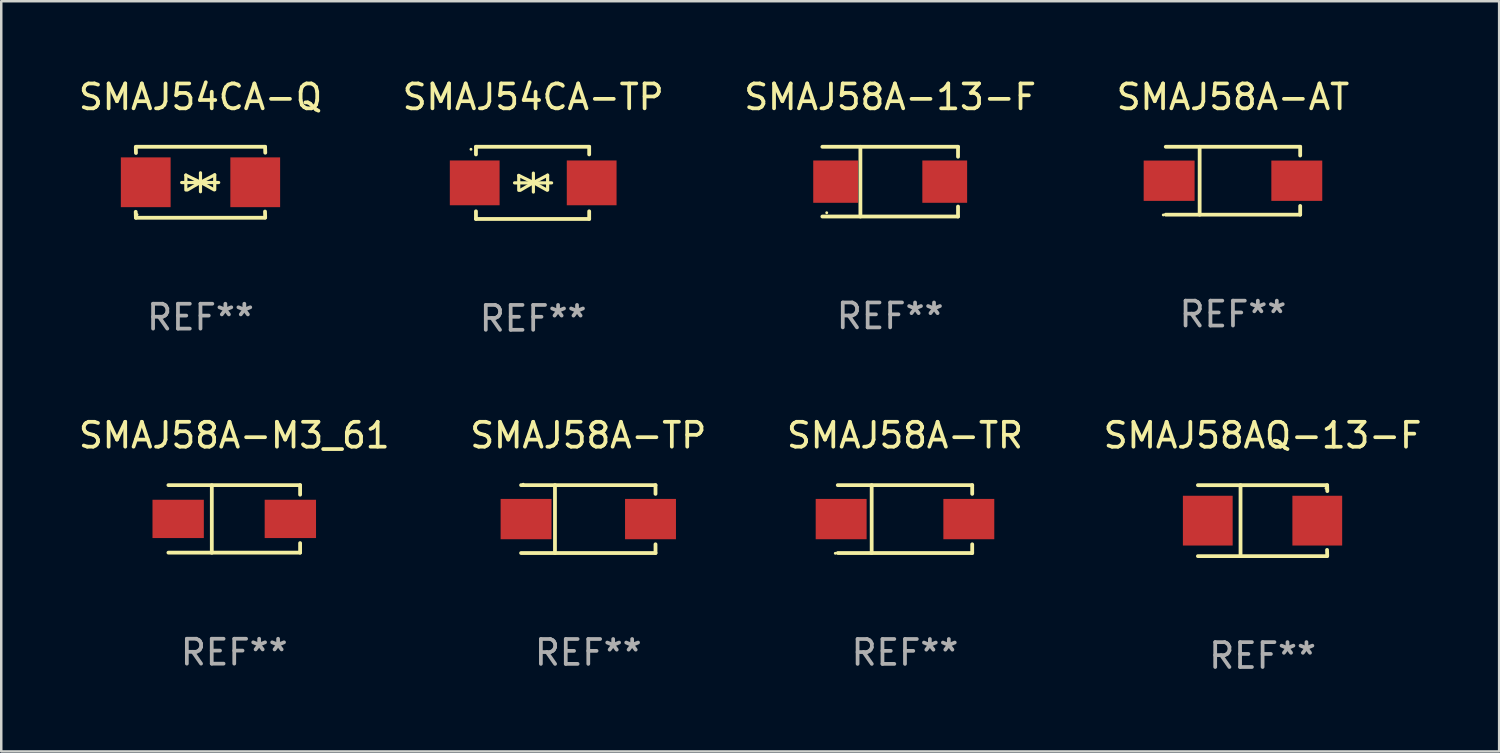
<source format=kicad_pcb>
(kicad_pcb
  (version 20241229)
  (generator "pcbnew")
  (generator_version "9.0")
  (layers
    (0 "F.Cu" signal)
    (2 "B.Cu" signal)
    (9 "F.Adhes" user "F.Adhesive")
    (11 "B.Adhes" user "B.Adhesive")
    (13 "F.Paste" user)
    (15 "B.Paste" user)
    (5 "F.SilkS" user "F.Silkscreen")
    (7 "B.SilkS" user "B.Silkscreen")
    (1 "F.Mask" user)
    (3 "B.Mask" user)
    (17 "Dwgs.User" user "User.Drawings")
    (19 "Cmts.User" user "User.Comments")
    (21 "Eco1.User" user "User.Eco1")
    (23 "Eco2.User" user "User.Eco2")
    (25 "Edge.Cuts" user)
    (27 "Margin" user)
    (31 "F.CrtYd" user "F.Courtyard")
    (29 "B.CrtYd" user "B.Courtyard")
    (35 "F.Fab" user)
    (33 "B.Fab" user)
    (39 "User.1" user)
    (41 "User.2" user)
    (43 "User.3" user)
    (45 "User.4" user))
  (footprint "SMAJ58AQ-13-F"
    (layer "F.Cu")
    (at 47.685 17.871)
    (property "Reference" "SMAJ58AQ-13-F" (at 0 -3.426 0) (layer "F.SilkS") (effects (font (size 1 1) (thickness 0.15))))
    (attr through_hole)
    (fp_line (start -2.6 -1.426) (end 2.593 -1.426) (stroke (width 0.152) (type solid)) (layer "F.SilkS"))
    (fp_line (start -2.6 1.426) (end 2.593 1.426) (stroke (width 0.152) (type solid)) (layer "F.SilkS"))
    (fp_line (start -0.887 -1.426) (end -0.887 1.426) (stroke (width 0.152) (type solid)) (layer "F.SilkS"))
    (fp_line (start 2.59 1.176) (end 2.597 1.415) (stroke (width 0.152) (type solid)) (layer "F.SilkS"))
    (fp_line (start 2.593 -1.426) (end 2.6 -1.187) (stroke (width 0.152) (type solid)) (layer "F.SilkS"))
    (fp_circle (center 2.547 -1.3) (end 2.577 -1.3) (stroke (width 0.06) (type solid)) (fill no) (layer "F.SilkS"))
    (fp_text user "REF**" (at 0 5.426 0) (layer "F.Fab") (effects (font (size 1 1) (thickness 0.15))))
    (pad "1" smd rect (at 2.197 -0.000025 180) (size 2 2) (layers "F.Cu" "F.Mask" "F.Paste"))
    (pad "2" smd rect (at -2.203 -0.000025 180) (size 2 2) (layers "F.Cu" "F.Mask" "F.Paste")))
  (footprint "SMAJ58A-M3_61"
    (layer "F.Cu")
    (at 6.363 17.803)
    (property "Reference" "SMAJ58A-M3_61" (at 0 -3.359 0) (layer "F.SilkS") (effects (font (size 1 1) (thickness 0.15))))
    (attr through_hole)
    (fp_line (start -2.646 -1.359) (end 2.646 -1.359) (stroke (width 0.152) (type solid)) (layer "F.SilkS"))
    (fp_line (start -2.646 1.354) (end 2.646 1.354) (stroke (width 0.152) (type solid)) (layer "F.SilkS"))
    (fp_line (start -0.902 -1.354) (end -0.902 1.359) (stroke (width 0.152) (type solid)) (layer "F.SilkS"))
    (fp_line (start 2.646 -1.359) (end 2.646 -0.975) (stroke (width 0.152) (type solid)) (layer "F.SilkS"))
    (fp_line (start 2.646 1.354) (end 2.646 0.97) (stroke (width 0.152) (type solid)) (layer "F.SilkS"))
    (fp_circle (center 2.55 -1.352) (end 2.58 -1.352) (stroke (width 0.06) (type solid)) (fill no) (layer "F.SilkS"))
    (fp_text user "REF**" (at 0 5.359 0) (layer "F.Fab") (effects (font (size 1 1) (thickness 0.15))))
    (pad "1" smd rect (at 2.254 -0.002) (size 2.063 1.539) (layers "F.Cu" "F.Mask" "F.Paste"))
    (pad "2" smd rect (at -2.254 -0.002) (size 2.063 1.539) (layers "F.Cu" "F.Mask" "F.Paste")))
  (footprint "SMAJ54CA-Q"
    (layer "F.Cu")
    (at 5.006 4.274)
    (property "Reference" "SMAJ54CA-Q" (at 0 -3.426 0) (layer "F.SilkS") (effects (font (size 1 1) (thickness 0.15))))
    (attr through_hole)
    (fp_line (start -2.596 -1.426) (end 2.596 -1.426) (stroke (width 0.152) (type solid)) (layer "F.SilkS"))
    (fp_line (start -2.596 1.426) (end -2.603 1.187) (stroke (width 0.152) (type solid)) (layer "F.SilkS"))
    (fp_line (start -2.596 1.426) (end 2.596 1.426) (stroke (width 0.152) (type solid)) (layer "F.SilkS"))
    (fp_line (start -2.593 -1.176) (end -2.6 -1.415) (stroke (width 0.152) (type solid)) (layer "F.SilkS"))
    (fp_line (start -0.758 0.011) (end 0.732 0.011) (stroke (width 0.127) (type solid)) (layer "F.SilkS"))
    (fp_line (start -0.588 -0.289) (end -0.588 0.311) (stroke (width 0.127) (type solid)) (layer "F.SilkS"))
    (fp_line (start -0.588 -0.289) (end 0 0) (stroke (width 0.127) (type solid)) (layer "F.SilkS"))
    (fp_line (start -0.528 0.311) (end 0 0) (stroke (width 0.127) (type solid)) (layer "F.SilkS"))
    (fp_line (start 0 0) (end 0 -0.381) (stroke (width 0.127) (type solid)) (layer "F.SilkS"))
    (fp_line (start 0 0) (end 0 0.381) (stroke (width 0.127) (type solid)) (layer "F.SilkS"))
    (fp_line (start 0.542 0.301) (end 0 0) (stroke (width 0.127) (type solid)) (layer "F.SilkS"))
    (fp_line (start 0.572 -0.299) (end 0 0) (stroke (width 0.127) (type solid)) (layer "F.SilkS"))
    (fp_line (start 0.572 -0.299) (end 0.572 0.301) (stroke (width 0.127) (type solid)) (layer "F.SilkS"))
    (fp_line (start 2.593 1.176) (end 2.6 1.415) (stroke (width 0.152) (type solid)) (layer "F.SilkS"))
    (fp_line (start 2.596 -1.426) (end 2.603 -1.187) (stroke (width 0.152) (type solid)) (layer "F.SilkS"))
    (fp_circle (center -2.55 1.3) (end -2.52 1.3) (stroke (width 0.06) (type solid)) (fill no) (layer "F.SilkS"))
    (fp_text user "REF**" (at 0 5.426 0) (layer "F.Fab") (effects (font (size 1 1) (thickness 0.15))))
    (pad "1" smd rect (at -2.2 0 180) (size 2 2) (layers "F.Cu" "F.Mask" "F.Paste"))
    (pad "2" smd rect (at 2.2 0 180) (size 2 2) (layers "F.Cu" "F.Mask" "F.Paste")))
  (footprint "SMAJ58A-AT"
    (layer "F.Cu")
    (at 46.494 4.212)
    (property "Reference" "SMAJ58A-AT" (at 0 -3.364 0) (layer "F.SilkS") (effects (font (size 1 1) (thickness 0.15))))
    (attr through_hole)
    (fp_line (start -2.701 -1.364) (end 2.701 -1.364) (stroke (width 0.152) (type solid)) (layer "F.SilkS"))
    (fp_line (start -2.701 1.364) (end 2.701 1.364) (stroke (width 0.152) (type solid)) (layer "F.SilkS"))
    (fp_line (start -1.339 -1.364) (end -1.339 1.364) (stroke (width 0.152) (type solid)) (layer "F.SilkS"))
    (fp_line (start 2.701 -1.364) (end 2.701 -1.013) (stroke (width 0.152) (type solid)) (layer "F.SilkS"))
    (fp_line (start 2.701 1.364) (end 2.701 1.013) (stroke (width 0.152) (type solid)) (layer "F.SilkS"))
    (fp_circle (center -2.8 1.375) (end -2.77 1.375) (stroke (width 0.06) (type solid)) (fill no) (layer "F.SilkS"))
    (fp_text user "REF**" (at 0 5.364 0) (layer "F.Fab") (effects (font (size 1 1) (thickness 0.15))))
    (pad "1" smd rect (at -2.565 -0.000025) (size 2.046 1.62) (layers "F.Cu" "F.Mask" "F.Paste"))
    (pad "2" smd rect (at 2.565 -0.000025) (size 2.046 1.62) (layers "F.Cu" "F.Mask" "F.Paste")))
  (footprint "SMAJ58A-TR"
    (layer "F.Cu")
    (at 33.315 17.808)
    (property "Reference" "SMAJ58A-TR" (at 0 -3.364 0) (layer "F.SilkS") (effects (font (size 1 1) (thickness 0.15))))
    (attr through_hole)
    (fp_line (start -2.701 -1.364) (end 2.701 -1.364) (stroke (width 0.152) (type solid)) (layer "F.SilkS"))
    (fp_line (start -2.701 1.364) (end 2.701 1.364) (stroke (width 0.152) (type solid)) (layer "F.SilkS"))
    (fp_line (start -1.339 -1.364) (end -1.339 1.364) (stroke (width 0.152) (type solid)) (layer "F.SilkS"))
    (fp_line (start 2.701 -1.364) (end 2.701 -1.013) (stroke (width 0.152) (type solid)) (layer "F.SilkS"))
    (fp_line (start 2.701 1.364) (end 2.701 1.013) (stroke (width 0.152) (type solid)) (layer "F.SilkS"))
    (fp_circle (center -2.8 1.375) (end -2.77 1.375) (stroke (width 0.06) (type solid)) (fill no) (layer "F.SilkS"))
    (fp_text user "REF**" (at 0 5.364 0) (layer "F.Fab") (effects (font (size 1 1) (thickness 0.15))))
    (pad "1" smd rect (at -2.565 -0.000025) (size 2.046 1.62) (layers "F.Cu" "F.Mask" "F.Paste"))
    (pad "2" smd rect (at 2.565 -0.000025) (size 2.046 1.62) (layers "F.Cu" "F.Mask" "F.Paste")))
  (footprint "SMAJ58A-13-F"
    (layer "F.Cu")
    (at 32.72 4.249)
    (property "Reference" "SMAJ58A-13-F" (at 0 -3.401 0) (layer "F.SilkS") (effects (font (size 1 1) (thickness 0.15))))
    (attr through_hole)
    (fp_line (start -2.726 -1.401) (end 2.726 -1.401) (stroke (width 0.152) (type solid)) (layer "F.SilkS"))
    (fp_line (start -2.726 1.401) (end 2.726 1.401) (stroke (width 0.152) (type solid)) (layer "F.SilkS"))
    (fp_line (start -1.197 -1.401) (end -1.197 1.401) (stroke (width 0.152) (type solid)) (layer "F.SilkS"))
    (fp_line (start 2.726 -1.401) (end 2.726 -1) (stroke (width 0.152) (type solid)) (layer "F.SilkS"))
    (fp_line (start 2.726 1.401) (end 2.726 1) (stroke (width 0.152) (type solid)) (layer "F.SilkS"))
    (fp_circle (center -2.55 1.25) (end -2.52 1.25) (stroke (width 0.06) (type solid)) (fill no) (layer "F.SilkS"))
    (fp_text user "REF**" (at 0 5.401 0) (layer "F.Fab") (effects (font (size 1 1) (thickness 0.15))))
    (pad "1" smd rect (at -2.192 0) (size 1.8 1.7) (layers "F.Cu" "F.Mask" "F.Paste"))
    (pad "2" smd rect (at 2.192 0) (size 1.8 1.7) (layers "F.Cu" "F.Mask" "F.Paste")))
  (footprint "SMAJ54CA-TP"
    (layer "F.Cu")
    (at 18.375 4.298)
    (property "Reference" "SMAJ54CA-TP" (at 0 -3.45 0) (layer "F.SilkS") (effects (font (size 1 1) (thickness 0.15))))
    (attr through_hole)
    (fp_line (start -2.3 -1.45) (end -2.3 -1.143) (stroke (width 0.152) (type solid)) (layer "F.SilkS"))
    (fp_line (start -2.3 -1.45) (end 2.25 -1.45) (stroke (width 0.152) (type solid)) (layer "F.SilkS"))
    (fp_line (start -2.3 1.45) (end -2.3 1.143) (stroke (width 0.152) (type solid)) (layer "F.SilkS"))
    (fp_line (start -0.75 0.000025) (end 0.74 0.000025) (stroke (width 0.127) (type solid)) (layer "F.SilkS"))
    (fp_line (start -0.58 -0.3) (end -0.58 0.3) (stroke (width 0.127) (type solid)) (layer "F.SilkS"))
    (fp_line (start -0.58 -0.3) (end 0.008 -0.011) (stroke (width 0.127) (type solid)) (layer "F.SilkS"))
    (fp_line (start -0.52 0.3) (end 0.008 -0.011) (stroke (width 0.127) (type solid)) (layer "F.SilkS"))
    (fp_line (start 0.008 -0.011) (end 0.008 -0.392) (stroke (width 0.127) (type solid)) (layer "F.SilkS"))
    (fp_line (start 0.008 -0.011) (end 0.008 0.37) (stroke (width 0.127) (type solid)) (layer "F.SilkS"))
    (fp_line (start 0.55 0.29) (end 0.008 -0.011) (stroke (width 0.127) (type solid)) (layer "F.SilkS"))
    (fp_line (start 0.58 -0.31) (end 0.008 -0.011) (stroke (width 0.127) (type solid)) (layer "F.SilkS"))
    (fp_line (start 0.58 -0.31) (end 0.58 0.29) (stroke (width 0.127) (type solid)) (layer "F.SilkS"))
    (fp_line (start 2.25 -1.45) (end 2.25 -1.143) (stroke (width 0.152) (type solid)) (layer "F.SilkS"))
    (fp_line (start 2.25 1.45) (end -2.3 1.45) (stroke (width 0.152) (type solid)) (layer "F.SilkS"))
    (fp_line (start 2.25 1.45) (end 2.25 1.143) (stroke (width 0.152) (type solid)) (layer "F.SilkS"))
    (fp_circle (center -2.5 -1.35) (end -2.47 -1.35) (stroke (width 0.06) (type solid)) (fill no) (layer "F.SilkS"))
    (fp_text user "REF**" (at 0 5.45 0) (layer "F.Fab") (effects (font (size 1 1) (thickness 0.15))))
    (pad "1" smd rect (at -2.35 -0.000025) (size 2 1.8) (layers "F.Cu" "F.Mask" "F.Paste"))
    (pad "2" smd rect (at 2.35 -0.000025) (size 2 1.8) (layers "F.Cu" "F.Mask" "F.Paste")))
  (footprint "SMAJ58A-TP"
    (layer "F.Cu")
    (at 20.589 17.808)
    (property "Reference" "SMAJ58A-TP" (at 0 -3.364 0) (layer "F.SilkS") (effects (font (size 1 1) (thickness 0.15))))
    (attr through_hole)
    (fp_line (start -2.701 -1.364) (end 2.701 -1.364) (stroke (width 0.152) (type solid)) (layer "F.SilkS"))
    (fp_line (start -2.701 1.364) (end 2.701 1.364) (stroke (width 0.152) (type solid)) (layer "F.SilkS"))
    (fp_line (start -1.339 -1.364) (end -1.339 1.364) (stroke (width 0.152) (type solid)) (layer "F.SilkS"))
    (fp_line (start 2.701 -1.364) (end 2.701 -1.013) (stroke (width 0.152) (type solid)) (layer "F.SilkS"))
    (fp_line (start 2.701 1.364) (end 2.701 1.013) (stroke (width 0.152) (type solid)) (layer "F.SilkS"))
    (fp_circle (center -2.615 -1.4) (end -2.585 -1.4) (stroke (width 0.06) (type solid)) (fill no) (layer "F.SilkS"))
    (fp_text user "REF**" (at 0 5.364 0) (layer "F.Fab") (effects (font (size 1 1) (thickness 0.15))))
    (pad "1" smd rect (at -2.5 0) (size 2.046 1.62) (layers "F.Cu" "F.Mask" "F.Paste"))
    (pad "2" smd rect (at 2.5 0) (size 2.046 1.62) (layers "F.Cu" "F.Mask" "F.Paste")))
  (gr_rect
    (start -3 -3)
    (end 57.19 27.145)
    (stroke (width 0.1) (type default))
    (fill no)
    (layer "Edge.Cuts")))
</source>
